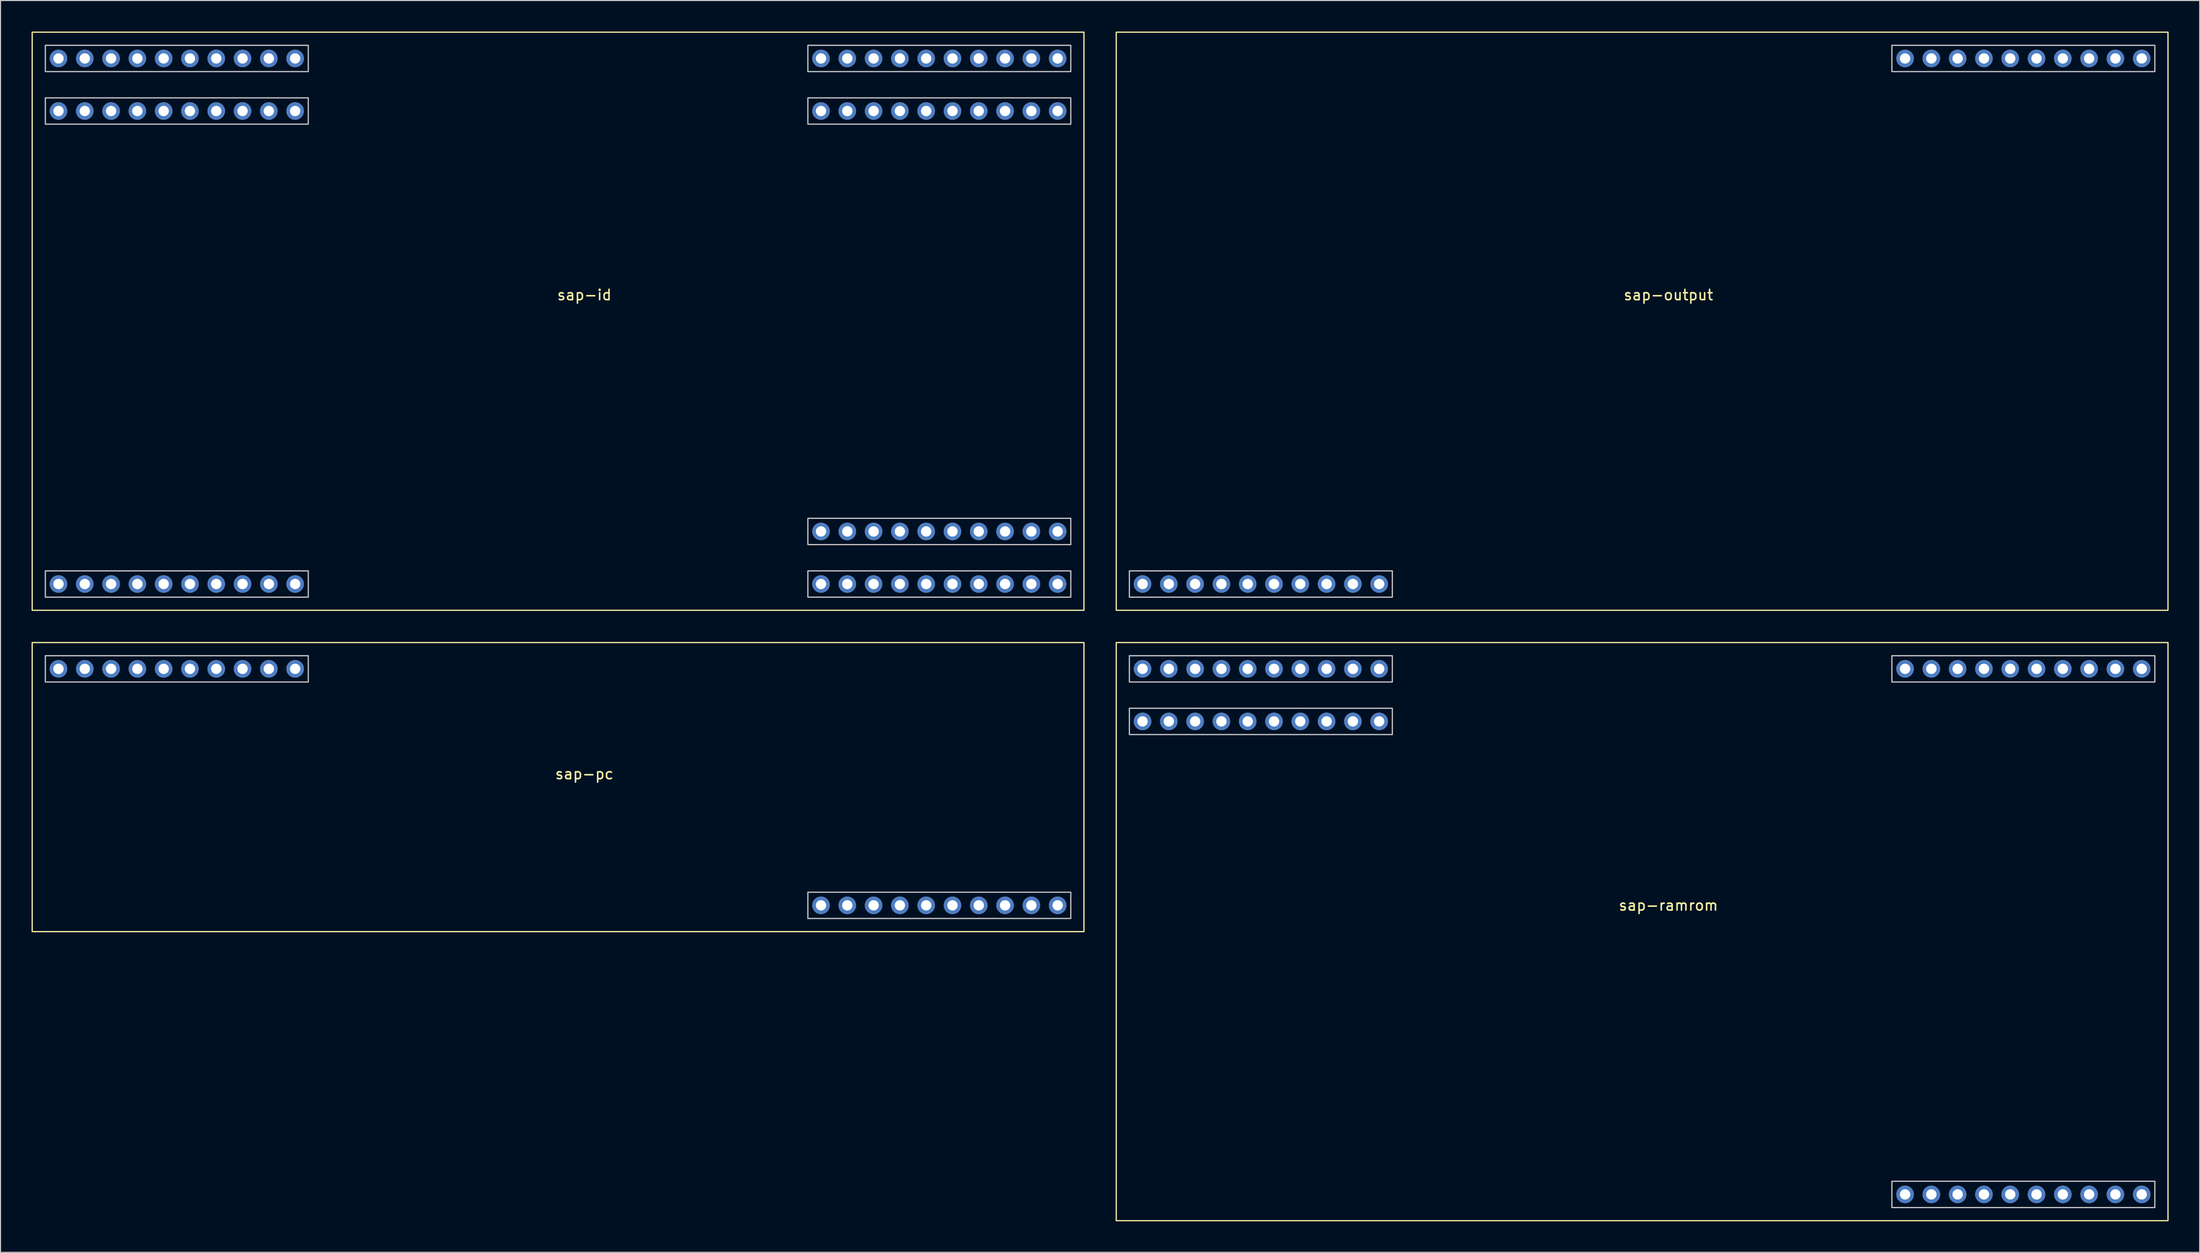
<source format=kicad_pcb>
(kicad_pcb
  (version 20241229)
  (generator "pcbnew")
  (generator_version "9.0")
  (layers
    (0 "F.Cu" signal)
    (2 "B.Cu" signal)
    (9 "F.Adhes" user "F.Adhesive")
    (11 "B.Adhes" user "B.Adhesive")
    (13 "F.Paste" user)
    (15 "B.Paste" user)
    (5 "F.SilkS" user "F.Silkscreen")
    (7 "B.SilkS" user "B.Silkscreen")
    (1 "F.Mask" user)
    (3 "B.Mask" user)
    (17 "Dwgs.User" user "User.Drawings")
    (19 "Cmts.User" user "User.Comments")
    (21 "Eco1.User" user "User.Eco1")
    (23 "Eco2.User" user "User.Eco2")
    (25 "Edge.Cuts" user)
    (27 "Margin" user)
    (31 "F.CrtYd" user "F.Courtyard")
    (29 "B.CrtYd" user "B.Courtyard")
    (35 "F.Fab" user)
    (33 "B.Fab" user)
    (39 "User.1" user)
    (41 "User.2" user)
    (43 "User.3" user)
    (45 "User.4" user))
  (footprint "sap-pc"
    (layer "F.Cu")
    (at 53.4 74.3)
    (property "Reference" "sap-pc" (at 0 -2.54 0) (unlocked yes) (layer "F.SilkS") (effects (font (size 1 1) (thickness 0.15))))
    (attr through_hole)
    (fp_rect (start -53.34 -15.24) (end 48.26 12.7) (stroke (width 0.12) (type solid)) (fill no) (layer "F.SilkS"))
    (fp_rect (start -52.07 -13.97) (end -26.67 -11.43) (stroke (width 0.12) (type solid)) (fill no) (layer "Dwgs.User"))
    (fp_rect (start 21.59 11.43) (end 46.99 8.89) (stroke (width 0.12) (type solid)) (fill no) (layer "Dwgs.User"))
    (pad "" thru_hole circle (at 38.1 10.16) (size 1.7 1.7) (drill 1) (layers "*.Cu" "*.Mask"))
    (pad "" thru_hole circle (at 40.64 10.16) (size 1.7 1.7) (drill 1) (layers "*.Cu" "*.Mask"))
    (pad "" thru_hole circle (at 43.18 10.16) (size 1.7 1.7) (drill 1) (layers "*.Cu" "*.Mask"))
    (pad "1" thru_hole circle (at -30.48 -12.7) (size 1.7 1.7) (drill 1) (layers "*.Cu" "*.Mask"))
    (pad "2" thru_hole circle (at -33.02 -12.7) (size 1.7 1.7) (drill 1) (layers "*.Cu" "*.Mask"))
    (pad "3" thru_hole circle (at -35.56 -12.7) (size 1.7 1.7) (drill 1) (layers "*.Cu" "*.Mask"))
    (pad "4" thru_hole circle (at -38.1 -12.7) (size 1.7 1.7) (drill 1) (layers "*.Cu" "*.Mask"))
    (pad "5" thru_hole circle (at -40.64 -12.7) (size 1.7 1.7) (drill 1) (layers "*.Cu" "*.Mask"))
    (pad "6" thru_hole circle (at -43.18 -12.7) (size 1.7 1.7) (drill 1) (layers "*.Cu" "*.Mask"))
    (pad "7" thru_hole circle (at -45.72 -12.7) (size 1.7 1.7) (drill 1) (layers "*.Cu" "*.Mask"))
    (pad "8" thru_hole circle (at -48.26 -12.7) (size 1.7 1.7) (drill 1) (layers "*.Cu" "*.Mask"))
    (pad "9" thru_hole circle (at -27.94 -12.7) (size 1.7 1.7) (drill 1) (layers "*.Cu" "*.Mask"))
    (pad "9" thru_hole circle (at 22.86 10.16) (size 1.7 1.7) (drill 1) (layers "*.Cu" "*.Mask"))
    (pad "10" thru_hole circle (at 25.4 10.16) (size 1.7 1.7) (drill 1) (layers "*.Cu" "*.Mask"))
    (pad "11" thru_hole circle (at 27.94 10.16) (size 1.7 1.7) (drill 1) (layers "*.Cu" "*.Mask"))
    (pad "12" thru_hole circle (at 30.48 10.16) (size 1.7 1.7) (drill 1) (layers "*.Cu" "*.Mask"))
    (pad "13" thru_hole circle (at 33.02 10.16) (size 1.7 1.7) (drill 1) (layers "*.Cu" "*.Mask"))
    (pad "14" thru_hole circle (at 35.56 10.16) (size 1.7 1.7) (drill 1) (layers "*.Cu" "*.Mask"))
    (pad "15" thru_hole circle (at -50.8 -12.7) (size 1.7 1.7) (drill 1) (layers "*.Cu" "*.Mask"))
    (pad "15" thru_hole circle (at 45.72 10.16) (size 1.7 1.7) (drill 1) (layers "*.Cu" "*.Mask")))
  (footprint "sap-ramrom"
    (layer "F.Cu")
    (at 158.12 74.3)
    (property "Reference" "sap-ramrom" (at 0 10.16 0) (unlocked yes) (layer "F.SilkS") (effects (font (size 1 1) (thickness 0.15))))
    (attr through_hole)
    (fp_rect (start -53.34 -15.24) (end 48.26 40.64) (stroke (width 0.12) (type solid)) (fill no) (layer "F.SilkS"))
    (fp_rect (start -52.07 -13.97) (end -26.67 -11.43) (stroke (width 0.12) (type solid)) (fill no) (layer "Dwgs.User"))
    (fp_rect (start -52.07 -8.89) (end -26.67 -6.35) (stroke (width 0.12) (type solid)) (fill no) (layer "Dwgs.User"))
    (fp_rect (start 21.59 -13.97) (end 46.99 -11.43) (stroke (width 0.12) (type solid)) (fill no) (layer "Dwgs.User"))
    (fp_rect (start 21.59 39.37) (end 46.99 36.83) (stroke (width 0.12) (type solid)) (fill no) (layer "Dwgs.User"))
    (pad "" thru_hole circle (at 33.02 38.1) (size 1.7 1.7) (drill 1) (layers "*.Cu" "*.Mask"))
    (pad "" thru_hole circle (at 35.56 38.1) (size 1.7 1.7) (drill 1) (layers "*.Cu" "*.Mask"))
    (pad "" thru_hole circle (at 38.1 38.1) (size 1.7 1.7) (drill 1) (layers "*.Cu" "*.Mask"))
    (pad "" thru_hole circle (at 40.64 38.1) (size 1.7 1.7) (drill 1) (layers "*.Cu" "*.Mask"))
    (pad "" thru_hole circle (at 43.18 38.1) (size 1.7 1.7) (drill 1) (layers "*.Cu" "*.Mask"))
    (pad "1" thru_hole circle (at 43.18 -12.7) (size 1.7 1.7) (drill 1) (layers "*.Cu" "*.Mask"))
    (pad "2" thru_hole circle (at 40.64 -12.7) (size 1.7 1.7) (drill 1) (layers "*.Cu" "*.Mask"))
    (pad "3" thru_hole circle (at 38.1 -12.7) (size 1.7 1.7) (drill 1) (layers "*.Cu" "*.Mask"))
    (pad "4" thru_hole circle (at 35.56 -12.7) (size 1.7 1.7) (drill 1) (layers "*.Cu" "*.Mask"))
    (pad "5" thru_hole circle (at 33.02 -12.7) (size 1.7 1.7) (drill 1) (layers "*.Cu" "*.Mask"))
    (pad "6" thru_hole circle (at 30.48 -12.7) (size 1.7 1.7) (drill 1) (layers "*.Cu" "*.Mask"))
    (pad "7" thru_hole circle (at 27.94 -12.7) (size 1.7 1.7) (drill 1) (layers "*.Cu" "*.Mask"))
    (pad "8" thru_hole circle (at 25.4 -12.7) (size 1.7 1.7) (drill 1) (layers "*.Cu" "*.Mask"))
    (pad "9" thru_hole circle (at -30.48 -12.7) (size 1.7 1.7) (drill 1) (layers "*.Cu" "*.Mask"))
    (pad "10" thru_hole circle (at -33.02 -12.7) (size 1.7 1.7) (drill 1) (layers "*.Cu" "*.Mask"))
    (pad "11" thru_hole circle (at -35.56 -12.7) (size 1.7 1.7) (drill 1) (layers "*.Cu" "*.Mask"))
    (pad "12" thru_hole circle (at -38.1 -12.7) (size 1.7 1.7) (drill 1) (layers "*.Cu" "*.Mask"))
    (pad "13" thru_hole circle (at -40.64 -12.7) (size 1.7 1.7) (drill 1) (layers "*.Cu" "*.Mask"))
    (pad "14" thru_hole circle (at -43.18 -12.7) (size 1.7 1.7) (drill 1) (layers "*.Cu" "*.Mask"))
    (pad "15" thru_hole circle (at -45.72 -12.7) (size 1.7 1.7) (drill 1) (layers "*.Cu" "*.Mask"))
    (pad "16" thru_hole circle (at -48.26 -12.7) (size 1.7 1.7) (drill 1) (layers "*.Cu" "*.Mask"))
    (pad "17" thru_hole circle (at -30.48 -7.62) (size 1.7 1.7) (drill 1) (layers "*.Cu" "*.Mask"))
    (pad "18" thru_hole circle (at -33.02 -7.62) (size 1.7 1.7) (drill 1) (layers "*.Cu" "*.Mask"))
    (pad "19" thru_hole circle (at -35.56 -7.62) (size 1.7 1.7) (drill 1) (layers "*.Cu" "*.Mask"))
    (pad "20" thru_hole circle (at -38.1 -7.62) (size 1.7 1.7) (drill 1) (layers "*.Cu" "*.Mask"))
    (pad "21" thru_hole circle (at -40.64 -7.62) (size 1.7 1.7) (drill 1) (layers "*.Cu" "*.Mask"))
    (pad "22" thru_hole circle (at -43.18 -7.62) (size 1.7 1.7) (drill 1) (layers "*.Cu" "*.Mask"))
    (pad "23" thru_hole circle (at -45.72 -7.62) (size 1.7 1.7) (drill 1) (layers "*.Cu" "*.Mask"))
    (pad "24" thru_hole circle (at -48.26 -7.62) (size 1.7 1.7) (drill 1) (layers "*.Cu" "*.Mask"))
    (pad "25" thru_hole circle (at -27.94 -12.7) (size 1.7 1.7) (drill 1) (layers "*.Cu" "*.Mask"))
    (pad "25" thru_hole circle (at -27.94 -7.62) (size 1.7 1.7) (drill 1) (layers "*.Cu" "*.Mask"))
    (pad "25" thru_hole circle (at 22.86 38.1) (size 1.7 1.7) (drill 1) (layers "*.Cu" "*.Mask"))
    (pad "25" thru_hole circle (at 45.72 -12.7) (size 1.7 1.7) (drill 1) (layers "*.Cu" "*.Mask"))
    (pad "26" thru_hole circle (at 25.4 38.1) (size 1.7 1.7) (drill 1) (layers "*.Cu" "*.Mask"))
    (pad "27" thru_hole circle (at 27.94 38.1) (size 1.7 1.7) (drill 1) (layers "*.Cu" "*.Mask"))
    (pad "28" thru_hole circle (at 30.48 38.1) (size 1.7 1.7) (drill 1) (layers "*.Cu" "*.Mask"))
    (pad "29" thru_hole circle (at -50.8 -12.7) (size 1.7 1.7) (drill 1) (layers "*.Cu" "*.Mask"))
    (pad "29" thru_hole circle (at -50.8 -7.62) (size 1.7 1.7) (drill 1) (layers "*.Cu" "*.Mask"))
    (pad "29" thru_hole circle (at 22.86 -12.7) (size 1.7 1.7) (drill 1) (layers "*.Cu" "*.Mask"))
    (pad "29" thru_hole circle (at 45.72 38.1) (size 1.7 1.7) (drill 1) (layers "*.Cu" "*.Mask")))
  (footprint "sap-output"
    (layer "F.Cu")
    (at 158.12 28)
    (property "Reference" "sap-output" (at 0 -2.54 0) (unlocked yes) (layer "F.SilkS") (effects (font (size 1 1) (thickness 0.15))))
    (attr through_hole)
    (fp_rect (start -53.34 -27.94) (end 48.26 27.94) (stroke (width 0.12) (type solid)) (fill no) (layer "F.SilkS"))
    (fp_rect (start -52.07 26.67) (end -26.67 24.13) (stroke (width 0.12) (type solid)) (fill no) (layer "Dwgs.User"))
    (fp_rect (start 21.59 -26.67) (end 46.99 -24.13) (stroke (width 0.12) (type solid)) (fill no) (layer "Dwgs.User"))
    (pad "" thru_hole circle (at -40.64 25.4) (size 1.7 1.7) (drill 1) (layers "*.Cu" "*.Mask"))
    (pad "" thru_hole circle (at -38.1 25.4) (size 1.7 1.7) (drill 1) (layers "*.Cu" "*.Mask"))
    (pad "" thru_hole circle (at -35.56 25.4) (size 1.7 1.7) (drill 1) (layers "*.Cu" "*.Mask"))
    (pad "" thru_hole circle (at -33.02 25.4) (size 1.7 1.7) (drill 1) (layers "*.Cu" "*.Mask"))
    (pad "" thru_hole circle (at -30.48 25.4) (size 1.7 1.7) (drill 1) (layers "*.Cu" "*.Mask"))
    (pad "1" thru_hole circle (at 43.18 -25.4) (size 1.7 1.7) (drill 1) (layers "*.Cu" "*.Mask"))
    (pad "2" thru_hole circle (at 40.64 -25.4) (size 1.7 1.7) (drill 1) (layers "*.Cu" "*.Mask"))
    (pad "3" thru_hole circle (at 38.1 -25.4) (size 1.7 1.7) (drill 1) (layers "*.Cu" "*.Mask"))
    (pad "4" thru_hole circle (at 35.56 -25.4) (size 1.7 1.7) (drill 1) (layers "*.Cu" "*.Mask"))
    (pad "5" thru_hole circle (at 33.02 -25.4) (size 1.7 1.7) (drill 1) (layers "*.Cu" "*.Mask"))
    (pad "6" thru_hole circle (at 30.48 -25.4) (size 1.7 1.7) (drill 1) (layers "*.Cu" "*.Mask"))
    (pad "7" thru_hole circle (at 27.94 -25.4) (size 1.7 1.7) (drill 1) (layers "*.Cu" "*.Mask"))
    (pad "8" thru_hole circle (at 25.4 -25.4) (size 1.7 1.7) (drill 1) (layers "*.Cu" "*.Mask"))
    (pad "9" thru_hole circle (at -50.8 25.4) (size 1.7 1.7) (drill 1) (layers "*.Cu" "*.Mask"))
    (pad "9" thru_hole circle (at 45.72 -25.4) (size 1.7 1.7) (drill 1) (layers "*.Cu" "*.Mask"))
    (pad "10" thru_hole circle (at -48.26 25.4) (size 1.7 1.7) (drill 1) (layers "*.Cu" "*.Mask"))
    (pad "11" thru_hole circle (at -45.72 25.4) (size 1.7 1.7) (drill 1) (layers "*.Cu" "*.Mask"))
    (pad "12" thru_hole circle (at -43.18 25.4) (size 1.7 1.7) (drill 1) (layers "*.Cu" "*.Mask"))
    (pad "13" thru_hole circle (at -27.94 25.4) (size 1.7 1.7) (drill 1) (layers "*.Cu" "*.Mask"))
    (pad "13" thru_hole circle (at 22.86 -25.4) (size 1.7 1.7) (drill 1) (layers "*.Cu" "*.Mask")))
  (footprint "sap-id"
    (layer "F.Cu")
    (at 53.4 15.3)
    (property "Reference" "sap-id" (at 0 10.16 0) (unlocked yes) (layer "F.SilkS") (effects (font (size 1 1) (thickness 0.15))))
    (attr through_hole)
    (fp_rect (start -53.34 -15.24) (end 48.26 40.64) (stroke (width 0.12) (type solid)) (fill no) (layer "F.SilkS"))
    (fp_rect (start -52.07 -13.97) (end -26.67 -11.43) (stroke (width 0.12) (type solid)) (fill no) (layer "Dwgs.User"))
    (fp_rect (start -52.07 -8.89) (end -26.67 -6.35) (stroke (width 0.12) (type solid)) (fill no) (layer "Dwgs.User"))
    (fp_rect (start -52.07 36.83) (end -26.67 39.37) (stroke (width 0.12) (type solid)) (fill no) (layer "Dwgs.User"))
    (fp_rect (start 21.59 -13.97) (end 46.99 -11.43) (stroke (width 0.12) (type solid)) (fill no) (layer "Dwgs.User"))
    (fp_rect (start 21.59 -8.89) (end 46.99 -6.35) (stroke (width 0.12) (type solid)) (fill no) (layer "Dwgs.User"))
    (fp_rect (start 21.59 31.75) (end 46.99 34.29) (stroke (width 0.12) (type solid)) (fill no) (layer "Dwgs.User"))
    (fp_rect (start 21.59 39.37) (end 46.99 36.83) (stroke (width 0.12) (type solid)) (fill no) (layer "Dwgs.User"))
    (pad "" thru_hole circle (at -38.1 38.1) (size 1.7 1.7) (drill 1) (layers "*.Cu" "*.Mask"))
    (pad "" thru_hole circle (at -35.56 38.1) (size 1.7 1.7) (drill 1) (layers "*.Cu" "*.Mask"))
    (pad "" thru_hole circle (at -33.02 38.1) (size 1.7 1.7) (drill 1) (layers "*.Cu" "*.Mask"))
    (pad "" thru_hole circle (at -30.48 38.1) (size 1.7 1.7) (drill 1) (layers "*.Cu" "*.Mask"))
    (pad "1" thru_hole circle (at -30.48 -12.7) (size 1.7 1.7) (drill 1) (layers "*.Cu" "*.Mask"))
    (pad "2" thru_hole circle (at -33.02 -12.7) (size 1.7 1.7) (drill 1) (layers "*.Cu" "*.Mask"))
    (pad "3" thru_hole circle (at -35.56 -12.7) (size 1.7 1.7) (drill 1) (layers "*.Cu" "*.Mask"))
    (pad "4" thru_hole circle (at -38.1 -12.7) (size 1.7 1.7) (drill 1) (layers "*.Cu" "*.Mask"))
    (pad "5" thru_hole circle (at -40.64 -12.7) (size 1.7 1.7) (drill 1) (layers "*.Cu" "*.Mask"))
    (pad "6" thru_hole circle (at -43.18 -12.7) (size 1.7 1.7) (drill 1) (layers "*.Cu" "*.Mask"))
    (pad "7" thru_hole circle (at -45.72 -12.7) (size 1.7 1.7) (drill 1) (layers "*.Cu" "*.Mask"))
    (pad "8" thru_hole circle (at -48.26 -12.7) (size 1.7 1.7) (drill 1) (layers "*.Cu" "*.Mask"))
    (pad "9" thru_hole circle (at 43.18 -12.7) (size 1.7 1.7) (drill 1) (layers "*.Cu" "*.Mask"))
    (pad "10" thru_hole circle (at 40.64 -12.7) (size 1.7 1.7) (drill 1) (layers "*.Cu" "*.Mask"))
    (pad "11" thru_hole circle (at 38.1 -12.7) (size 1.7 1.7) (drill 1) (layers "*.Cu" "*.Mask"))
    (pad "12" thru_hole circle (at 35.56 -12.7) (size 1.7 1.7) (drill 1) (layers "*.Cu" "*.Mask"))
    (pad "13" thru_hole circle (at 33.02 -12.7) (size 1.7 1.7) (drill 1) (layers "*.Cu" "*.Mask"))
    (pad "14" thru_hole circle (at 30.48 -12.7) (size 1.7 1.7) (drill 1) (layers "*.Cu" "*.Mask"))
    (pad "15" thru_hole circle (at 27.94 -12.7) (size 1.7 1.7) (drill 1) (layers "*.Cu" "*.Mask"))
    (pad "16" thru_hole circle (at 25.4 -12.7) (size 1.7 1.7) (drill 1) (layers "*.Cu" "*.Mask"))
    (pad "17" thru_hole circle (at 43.18 -7.62) (size 1.7 1.7) (drill 1) (layers "*.Cu" "*.Mask"))
    (pad "18" thru_hole circle (at 40.64 -7.62) (size 1.7 1.7) (drill 1) (layers "*.Cu" "*.Mask"))
    (pad "19" thru_hole circle (at 38.1 -7.62) (size 1.7 1.7) (drill 1) (layers "*.Cu" "*.Mask"))
    (pad "20" thru_hole circle (at 35.56 -7.62) (size 1.7 1.7) (drill 1) (layers "*.Cu" "*.Mask"))
    (pad "21" thru_hole circle (at 33.02 -7.62) (size 1.7 1.7) (drill 1) (layers "*.Cu" "*.Mask"))
    (pad "22" thru_hole circle (at 30.48 -7.62) (size 1.7 1.7) (drill 1) (layers "*.Cu" "*.Mask"))
    (pad "23" thru_hole circle (at 27.94 -7.62) (size 1.7 1.7) (drill 1) (layers "*.Cu" "*.Mask"))
    (pad "24" thru_hole circle (at 25.4 -7.62) (size 1.7 1.7) (drill 1) (layers "*.Cu" "*.Mask"))
    (pad "25" thru_hole circle (at 43.18 33.02) (size 1.7 1.7) (drill 1) (layers "*.Cu" "*.Mask"))
    (pad "26" thru_hole circle (at 40.64 33.02) (size 1.7 1.7) (drill 1) (layers "*.Cu" "*.Mask"))
    (pad "27" thru_hole circle (at 38.1 33.02) (size 1.7 1.7) (drill 1) (layers "*.Cu" "*.Mask"))
    (pad "28" thru_hole circle (at 35.56 33.02) (size 1.7 1.7) (drill 1) (layers "*.Cu" "*.Mask"))
    (pad "29" thru_hole circle (at 33.02 33.02) (size 1.7 1.7) (drill 1) (layers "*.Cu" "*.Mask"))
    (pad "30" thru_hole circle (at 30.48 33.02) (size 1.7 1.7) (drill 1) (layers "*.Cu" "*.Mask"))
    (pad "31" thru_hole circle (at 27.94 33.02) (size 1.7 1.7) (drill 1) (layers "*.Cu" "*.Mask"))
    (pad "32" thru_hole circle (at 25.4 33.02) (size 1.7 1.7) (drill 1) (layers "*.Cu" "*.Mask"))
    (pad "33" thru_hole circle (at 43.18 38.1) (size 1.7 1.7) (drill 1) (layers "*.Cu" "*.Mask"))
    (pad "34" thru_hole circle (at 40.64 38.1) (size 1.7 1.7) (drill 1) (layers "*.Cu" "*.Mask"))
    (pad "35" thru_hole circle (at 38.1 38.1) (size 1.7 1.7) (drill 1) (layers "*.Cu" "*.Mask"))
    (pad "36" thru_hole circle (at 35.56 38.1) (size 1.7 1.7) (drill 1) (layers "*.Cu" "*.Mask"))
    (pad "37" thru_hole circle (at 33.02 38.1) (size 1.7 1.7) (drill 1) (layers "*.Cu" "*.Mask"))
    (pad "38" thru_hole circle (at 30.48 38.1) (size 1.7 1.7) (drill 1) (layers "*.Cu" "*.Mask"))
    (pad "39" thru_hole circle (at 27.94 38.1) (size 1.7 1.7) (drill 1) (layers "*.Cu" "*.Mask"))
    (pad "40" thru_hole circle (at 25.4 38.1) (size 1.7 1.7) (drill 1) (layers "*.Cu" "*.Mask"))
    (pad "41" thru_hole circle (at -30.48 -7.62) (size 1.7 1.7) (drill 1) (layers "*.Cu" "*.Mask"))
    (pad "42" thru_hole circle (at -33.02 -7.62) (size 1.7 1.7) (drill 1) (layers "*.Cu" "*.Mask"))
    (pad "43" thru_hole circle (at -35.56 -7.62) (size 1.7 1.7) (drill 1) (layers "*.Cu" "*.Mask"))
    (pad "44" thru_hole circle (at -38.1 -7.62) (size 1.7 1.7) (drill 1) (layers "*.Cu" "*.Mask"))
    (pad "45" thru_hole circle (at -40.64 -7.62) (size 1.7 1.7) (drill 1) (layers "*.Cu" "*.Mask"))
    (pad "46" thru_hole circle (at -43.18 -7.62) (size 1.7 1.7) (drill 1) (layers "*.Cu" "*.Mask"))
    (pad "47" thru_hole circle (at -45.72 -7.62) (size 1.7 1.7) (drill 1) (layers "*.Cu" "*.Mask"))
    (pad "48" thru_hole circle (at -48.26 -7.62) (size 1.7 1.7) (drill 1) (layers "*.Cu" "*.Mask"))
    (pad "49" thru_hole circle (at -50.8 38.1) (size 1.7 1.7) (drill 1) (layers "*.Cu" "*.Mask"))
    (pad "49" thru_hole circle (at -27.94 -12.7) (size 1.7 1.7) (drill 1) (layers "*.Cu" "*.Mask"))
    (pad "49" thru_hole circle (at -27.94 -7.62) (size 1.7 1.7) (drill 1) (layers "*.Cu" "*.Mask"))
    (pad "49" thru_hole circle (at 45.72 -12.7) (size 1.7 1.7) (drill 1) (layers "*.Cu" "*.Mask"))
    (pad "49" thru_hole circle (at 45.72 -7.62) (size 1.7 1.7) (drill 1) (layers "*.Cu" "*.Mask"))
    (pad "49" thru_hole circle (at 45.72 33.02) (size 1.7 1.7) (drill 1) (layers "*.Cu" "*.Mask"))
    (pad "49" thru_hole circle (at 45.72 38.1) (size 1.7 1.7) (drill 1) (layers "*.Cu" "*.Mask"))
    (pad "50" thru_hole circle (at -48.26 38.1) (size 1.7 1.7) (drill 1) (layers "*.Cu" "*.Mask"))
    (pad "51" thru_hole circle (at -45.72 38.1) (size 1.7 1.7) (drill 1) (layers "*.Cu" "*.Mask"))
    (pad "52" thru_hole circle (at -43.18 38.1) (size 1.7 1.7) (drill 1) (layers "*.Cu" "*.Mask"))
    (pad "53" thru_hole circle (at -40.64 38.1) (size 1.7 1.7) (drill 1) (layers "*.Cu" "*.Mask"))
    (pad "54" thru_hole circle (at -50.8 -12.7) (size 1.7 1.7) (drill 1) (layers "*.Cu" "*.Mask"))
    (pad "54" thru_hole circle (at -50.8 -7.62) (size 1.7 1.7) (drill 1) (layers "*.Cu" "*.Mask"))
    (pad "54" thru_hole circle (at -27.94 38.1) (size 1.7 1.7) (drill 1) (layers "*.Cu" "*.Mask"))
    (pad "54" thru_hole circle (at 22.86 -12.7) (size 1.7 1.7) (drill 1) (layers "*.Cu" "*.Mask"))
    (pad "54" thru_hole circle (at 22.86 -7.62) (size 1.7 1.7) (drill 1) (layers "*.Cu" "*.Mask"))
    (pad "54" thru_hole circle (at 22.86 33.02) (size 1.7 1.7) (drill 1) (layers "*.Cu" "*.Mask"))
    (pad "54" thru_hole circle (at 22.86 38.1) (size 1.7 1.7) (drill 1) (layers "*.Cu" "*.Mask")))
  (gr_rect
    (start -3 -3)
    (end 209.44 118)
    (stroke (width 0.1) (type default))
    (fill no)
    (layer "Edge.Cuts")))
</source>
